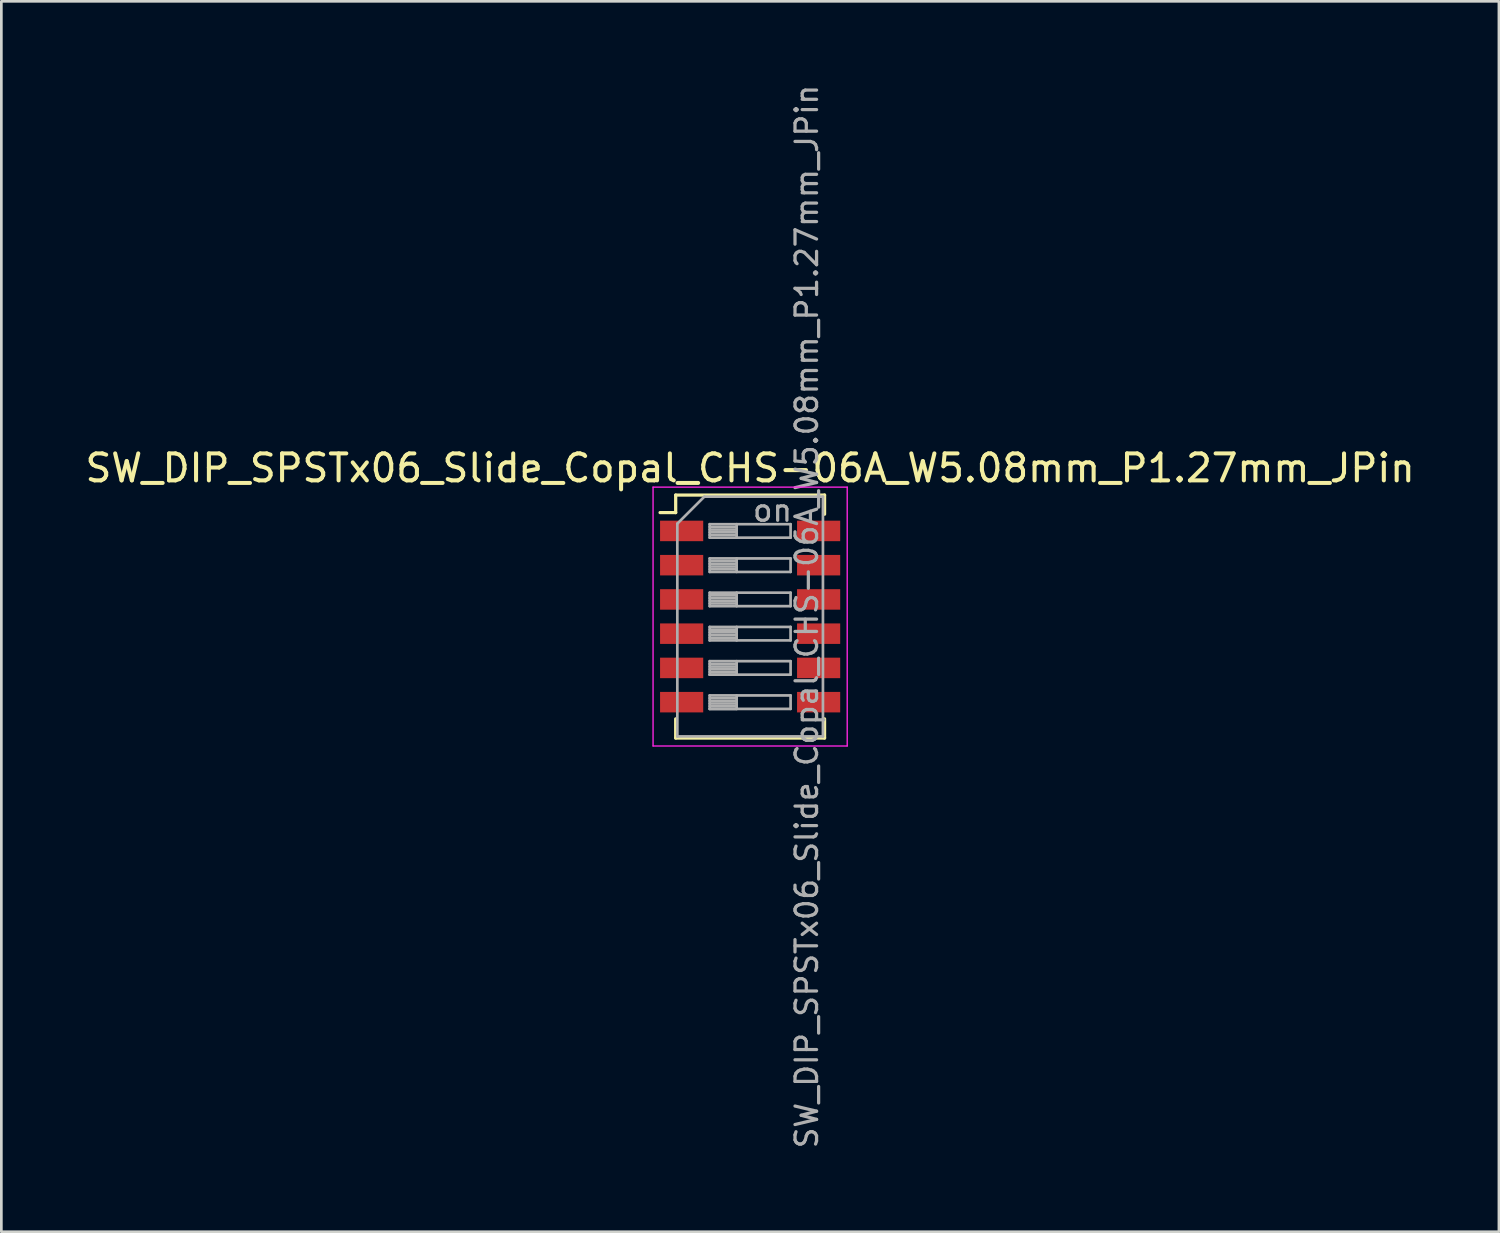
<source format=kicad_pcb>
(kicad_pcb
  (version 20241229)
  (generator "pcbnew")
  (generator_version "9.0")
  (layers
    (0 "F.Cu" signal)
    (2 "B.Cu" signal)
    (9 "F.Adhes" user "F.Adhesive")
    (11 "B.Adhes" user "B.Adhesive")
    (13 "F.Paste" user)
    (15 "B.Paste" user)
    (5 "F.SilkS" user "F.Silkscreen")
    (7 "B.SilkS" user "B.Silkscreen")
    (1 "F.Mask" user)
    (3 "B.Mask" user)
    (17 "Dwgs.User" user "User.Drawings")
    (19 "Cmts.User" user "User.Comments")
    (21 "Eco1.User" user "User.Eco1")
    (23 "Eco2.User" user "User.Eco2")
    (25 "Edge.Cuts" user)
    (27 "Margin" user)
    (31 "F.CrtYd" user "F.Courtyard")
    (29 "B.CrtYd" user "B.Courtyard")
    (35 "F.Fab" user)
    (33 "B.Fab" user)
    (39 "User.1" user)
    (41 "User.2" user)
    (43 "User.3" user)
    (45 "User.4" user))
  (footprint "SW_DIP_SPSTx06_Slide_Copal_CHS-06A_W5.08mm_P1.27mm_JPin"
    (layer "F.Cu")
    (at 24.768 19.814)
    (property "Reference" "SW_DIP_SPSTx06_Slide_Copal_CHS-06A_W5.08mm_P1.27mm_JPin" (at 0 -5.505 0) (layer "F.SilkS") (effects (font (size 1 1) (thickness 0.15))))
    (attr smd)
    (fp_line (start -3.34 -3.855) (end -2.761 -3.855) (stroke (width 0.12) (type solid)) (layer "F.SilkS"))
    (fp_line (start -2.761 -4.505) (end -2.761 -3.855) (stroke (width 0.12) (type solid)) (layer "F.SilkS"))
    (fp_line (start -2.761 -4.505) (end 2.76 -4.505) (stroke (width 0.12) (type solid)) (layer "F.SilkS"))
    (fp_line (start -2.761 3.795) (end -2.761 4.505) (stroke (width 0.12) (type solid)) (layer "F.SilkS"))
    (fp_line (start -2.761 4.505) (end 2.76 4.505) (stroke (width 0.12) (type solid)) (layer "F.SilkS"))
    (fp_line (start 2.76 -4.505) (end 2.76 -3.795) (stroke (width 0.12) (type solid)) (layer "F.SilkS"))
    (fp_line (start 2.76 3.795) (end 2.76 4.505) (stroke (width 0.12) (type solid)) (layer "F.SilkS"))
    (fp_line (start -3.6 -4.8) (end -3.6 4.8) (stroke (width 0.05) (type solid)) (layer "F.CrtYd"))
    (fp_line (start -3.6 4.8) (end 3.6 4.8) (stroke (width 0.05) (type solid)) (layer "F.CrtYd"))
    (fp_line (start 3.6 -4.8) (end -3.6 -4.8) (stroke (width 0.05) (type solid)) (layer "F.CrtYd"))
    (fp_line (start 3.6 4.8) (end 3.6 -4.8) (stroke (width 0.05) (type solid)) (layer "F.CrtYd"))
    (fp_line (start -2.7 -3.445) (end -1.7 -4.445) (stroke (width 0.1) (type solid)) (layer "F.Fab"))
    (fp_line (start -2.7 4.445) (end -2.7 -3.445) (stroke (width 0.1) (type solid)) (layer "F.Fab"))
    (fp_line (start -1.7 -4.445) (end 2.7 -4.445) (stroke (width 0.1) (type solid)) (layer "F.Fab"))
    (fp_line (start -1.5 -3.425) (end -1.5 -2.925) (stroke (width 0.1) (type solid)) (layer "F.Fab"))
    (fp_line (start -1.5 -3.325) (end -0.5 -3.325) (stroke (width 0.1) (type solid)) (layer "F.Fab"))
    (fp_line (start -1.5 -3.225) (end -0.5 -3.225) (stroke (width 0.1) (type solid)) (layer "F.Fab"))
    (fp_line (start -1.5 -3.125) (end -0.5 -3.125) (stroke (width 0.1) (type solid)) (layer "F.Fab"))
    (fp_line (start -1.5 -3.025) (end -0.5 -3.025) (stroke (width 0.1) (type solid)) (layer "F.Fab"))
    (fp_line (start -1.5 -2.925) (end 1.5 -2.925) (stroke (width 0.1) (type solid)) (layer "F.Fab"))
    (fp_line (start -1.5 -2.155) (end -1.5 -1.655) (stroke (width 0.1) (type solid)) (layer "F.Fab"))
    (fp_line (start -1.5 -2.055) (end -0.5 -2.055) (stroke (width 0.1) (type solid)) (layer "F.Fab"))
    (fp_line (start -1.5 -1.955) (end -0.5 -1.955) (stroke (width 0.1) (type solid)) (layer "F.Fab"))
    (fp_line (start -1.5 -1.855) (end -0.5 -1.855) (stroke (width 0.1) (type solid)) (layer "F.Fab"))
    (fp_line (start -1.5 -1.755) (end -0.5 -1.755) (stroke (width 0.1) (type solid)) (layer "F.Fab"))
    (fp_line (start -1.5 -1.655) (end 1.5 -1.655) (stroke (width 0.1) (type solid)) (layer "F.Fab"))
    (fp_line (start -1.5 -0.885) (end -1.5 -0.385) (stroke (width 0.1) (type solid)) (layer "F.Fab"))
    (fp_line (start -1.5 -0.785) (end -0.5 -0.785) (stroke (width 0.1) (type solid)) (layer "F.Fab"))
    (fp_line (start -1.5 -0.685) (end -0.5 -0.685) (stroke (width 0.1) (type solid)) (layer "F.Fab"))
    (fp_line (start -1.5 -0.585) (end -0.5 -0.585) (stroke (width 0.1) (type solid)) (layer "F.Fab"))
    (fp_line (start -1.5 -0.485) (end -0.5 -0.485) (stroke (width 0.1) (type solid)) (layer "F.Fab"))
    (fp_line (start -1.5 -0.385) (end 1.5 -0.385) (stroke (width 0.1) (type solid)) (layer "F.Fab"))
    (fp_line (start -1.5 0.385) (end -1.5 0.885) (stroke (width 0.1) (type solid)) (layer "F.Fab"))
    (fp_line (start -1.5 0.485) (end -0.5 0.485) (stroke (width 0.1) (type solid)) (layer "F.Fab"))
    (fp_line (start -1.5 0.585) (end -0.5 0.585) (stroke (width 0.1) (type solid)) (layer "F.Fab"))
    (fp_line (start -1.5 0.685) (end -0.5 0.685) (stroke (width 0.1) (type solid)) (layer "F.Fab"))
    (fp_line (start -1.5 0.785) (end -0.5 0.785) (stroke (width 0.1) (type solid)) (layer "F.Fab"))
    (fp_line (start -1.5 0.885) (end 1.5 0.885) (stroke (width 0.1) (type solid)) (layer "F.Fab"))
    (fp_line (start -1.5 1.655) (end -1.5 2.155) (stroke (width 0.1) (type solid)) (layer "F.Fab"))
    (fp_line (start -1.5 1.755) (end -0.5 1.755) (stroke (width 0.1) (type solid)) (layer "F.Fab"))
    (fp_line (start -1.5 1.855) (end -0.5 1.855) (stroke (width 0.1) (type solid)) (layer "F.Fab"))
    (fp_line (start -1.5 1.955) (end -0.5 1.955) (stroke (width 0.1) (type solid)) (layer "F.Fab"))
    (fp_line (start -1.5 2.055) (end -0.5 2.055) (stroke (width 0.1) (type solid)) (layer "F.Fab"))
    (fp_line (start -1.5 2.155) (end -0.5 2.155) (stroke (width 0.1) (type solid)) (layer "F.Fab"))
    (fp_line (start -1.5 2.155) (end 1.5 2.155) (stroke (width 0.1) (type solid)) (layer "F.Fab"))
    (fp_line (start -1.5 2.925) (end -1.5 3.425) (stroke (width 0.1) (type solid)) (layer "F.Fab"))
    (fp_line (start -1.5 3.025) (end -0.5 3.025) (stroke (width 0.1) (type solid)) (layer "F.Fab"))
    (fp_line (start -1.5 3.125) (end -0.5 3.125) (stroke (width 0.1) (type solid)) (layer "F.Fab"))
    (fp_line (start -1.5 3.225) (end -0.5 3.225) (stroke (width 0.1) (type solid)) (layer "F.Fab"))
    (fp_line (start -1.5 3.325) (end -0.5 3.325) (stroke (width 0.1) (type solid)) (layer "F.Fab"))
    (fp_line (start -1.5 3.425) (end -0.5 3.425) (stroke (width 0.1) (type solid)) (layer "F.Fab"))
    (fp_line (start -1.5 3.425) (end 1.5 3.425) (stroke (width 0.1) (type solid)) (layer "F.Fab"))
    (fp_line (start -0.5 -3.425) (end -0.5 -2.925) (stroke (width 0.1) (type solid)) (layer "F.Fab"))
    (fp_line (start -0.5 -2.155) (end -0.5 -1.655) (stroke (width 0.1) (type solid)) (layer "F.Fab"))
    (fp_line (start -0.5 -0.885) (end -0.5 -0.385) (stroke (width 0.1) (type solid)) (layer "F.Fab"))
    (fp_line (start -0.5 0.385) (end -0.5 0.885) (stroke (width 0.1) (type solid)) (layer "F.Fab"))
    (fp_line (start -0.5 1.655) (end -0.5 2.155) (stroke (width 0.1) (type solid)) (layer "F.Fab"))
    (fp_line (start -0.5 2.925) (end -0.5 3.425) (stroke (width 0.1) (type solid)) (layer "F.Fab"))
    (fp_line (start 1.5 -3.425) (end -1.5 -3.425) (stroke (width 0.1) (type solid)) (layer "F.Fab"))
    (fp_line (start 1.5 -2.925) (end 1.5 -3.425) (stroke (width 0.1) (type solid)) (layer "F.Fab"))
    (fp_line (start 1.5 -2.155) (end -1.5 -2.155) (stroke (width 0.1) (type solid)) (layer "F.Fab"))
    (fp_line (start 1.5 -1.655) (end 1.5 -2.155) (stroke (width 0.1) (type solid)) (layer "F.Fab"))
    (fp_line (start 1.5 -0.885) (end -1.5 -0.885) (stroke (width 0.1) (type solid)) (layer "F.Fab"))
    (fp_line (start 1.5 -0.385) (end 1.5 -0.885) (stroke (width 0.1) (type solid)) (layer "F.Fab"))
    (fp_line (start 1.5 0.385) (end -1.5 0.385) (stroke (width 0.1) (type solid)) (layer "F.Fab"))
    (fp_line (start 1.5 0.885) (end 1.5 0.385) (stroke (width 0.1) (type solid)) (layer "F.Fab"))
    (fp_line (start 1.5 1.655) (end -1.5 1.655) (stroke (width 0.1) (type solid)) (layer "F.Fab"))
    (fp_line (start 1.5 2.155) (end 1.5 1.655) (stroke (width 0.1) (type solid)) (layer "F.Fab"))
    (fp_line (start 1.5 2.925) (end -1.5 2.925) (stroke (width 0.1) (type solid)) (layer "F.Fab"))
    (fp_line (start 1.5 3.425) (end 1.5 2.925) (stroke (width 0.1) (type solid)) (layer "F.Fab"))
    (fp_line (start 2.7 -4.445) (end 2.7 4.445) (stroke (width 0.1) (type solid)) (layer "F.Fab"))
    (fp_line (start 2.7 4.445) (end -2.7 4.445) (stroke (width 0.1) (type solid)) (layer "F.Fab"))
    (fp_text user "${REFERENCE}" (at 2.1 0 90) (layer "F.Fab") (effects (font (size 0.8 0.8) (thickness 0.12))))
    (fp_text user "on" (at 0.83 -3.935 0) (layer "F.Fab") (effects (font (size 0.8 0.8) (thickness 0.12))))
    (pad "1" smd rect (at -2.54 -3.175) (size 1.6 0.76) (layers "F.Cu" "F.Mask" "F.Paste"))
    (pad "2" smd rect (at -2.54 -1.905) (size 1.6 0.76) (layers "F.Cu" "F.Mask" "F.Paste"))
    (pad "3" smd rect (at -2.54 -0.635) (size 1.6 0.76) (layers "F.Cu" "F.Mask" "F.Paste"))
    (pad "4" smd rect (at -2.54 0.635) (size 1.6 0.76) (layers "F.Cu" "F.Mask" "F.Paste"))
    (pad "5" smd rect (at -2.54 1.905) (size 1.6 0.76) (layers "F.Cu" "F.Mask" "F.Paste"))
    (pad "6" smd rect (at -2.54 3.175) (size 1.6 0.76) (layers "F.Cu" "F.Mask" "F.Paste"))
    (pad "7" smd rect (at 2.54 3.175) (size 1.6 0.76) (layers "F.Cu" "F.Mask" "F.Paste"))
    (pad "8" smd rect (at 2.54 1.905) (size 1.6 0.76) (layers "F.Cu" "F.Mask" "F.Paste"))
    (pad "9" smd rect (at 2.54 0.635) (size 1.6 0.76) (layers "F.Cu" "F.Mask" "F.Paste"))
    (pad "10" smd rect (at 2.54 -0.635) (size 1.6 0.76) (layers "F.Cu" "F.Mask" "F.Paste"))
    (pad "11" smd rect (at 2.54 -1.905) (size 1.6 0.76) (layers "F.Cu" "F.Mask" "F.Paste"))
    (pad "12" smd rect (at 2.54 -3.175) (size 1.6 0.76) (layers "F.Cu" "F.Mask" "F.Paste")))
  (gr_rect
    (start -3 -3)
    (end 52.536 42.629)
    (stroke (width 0.1) (type default))
    (fill no)
    (layer "Edge.Cuts")))
</source>
